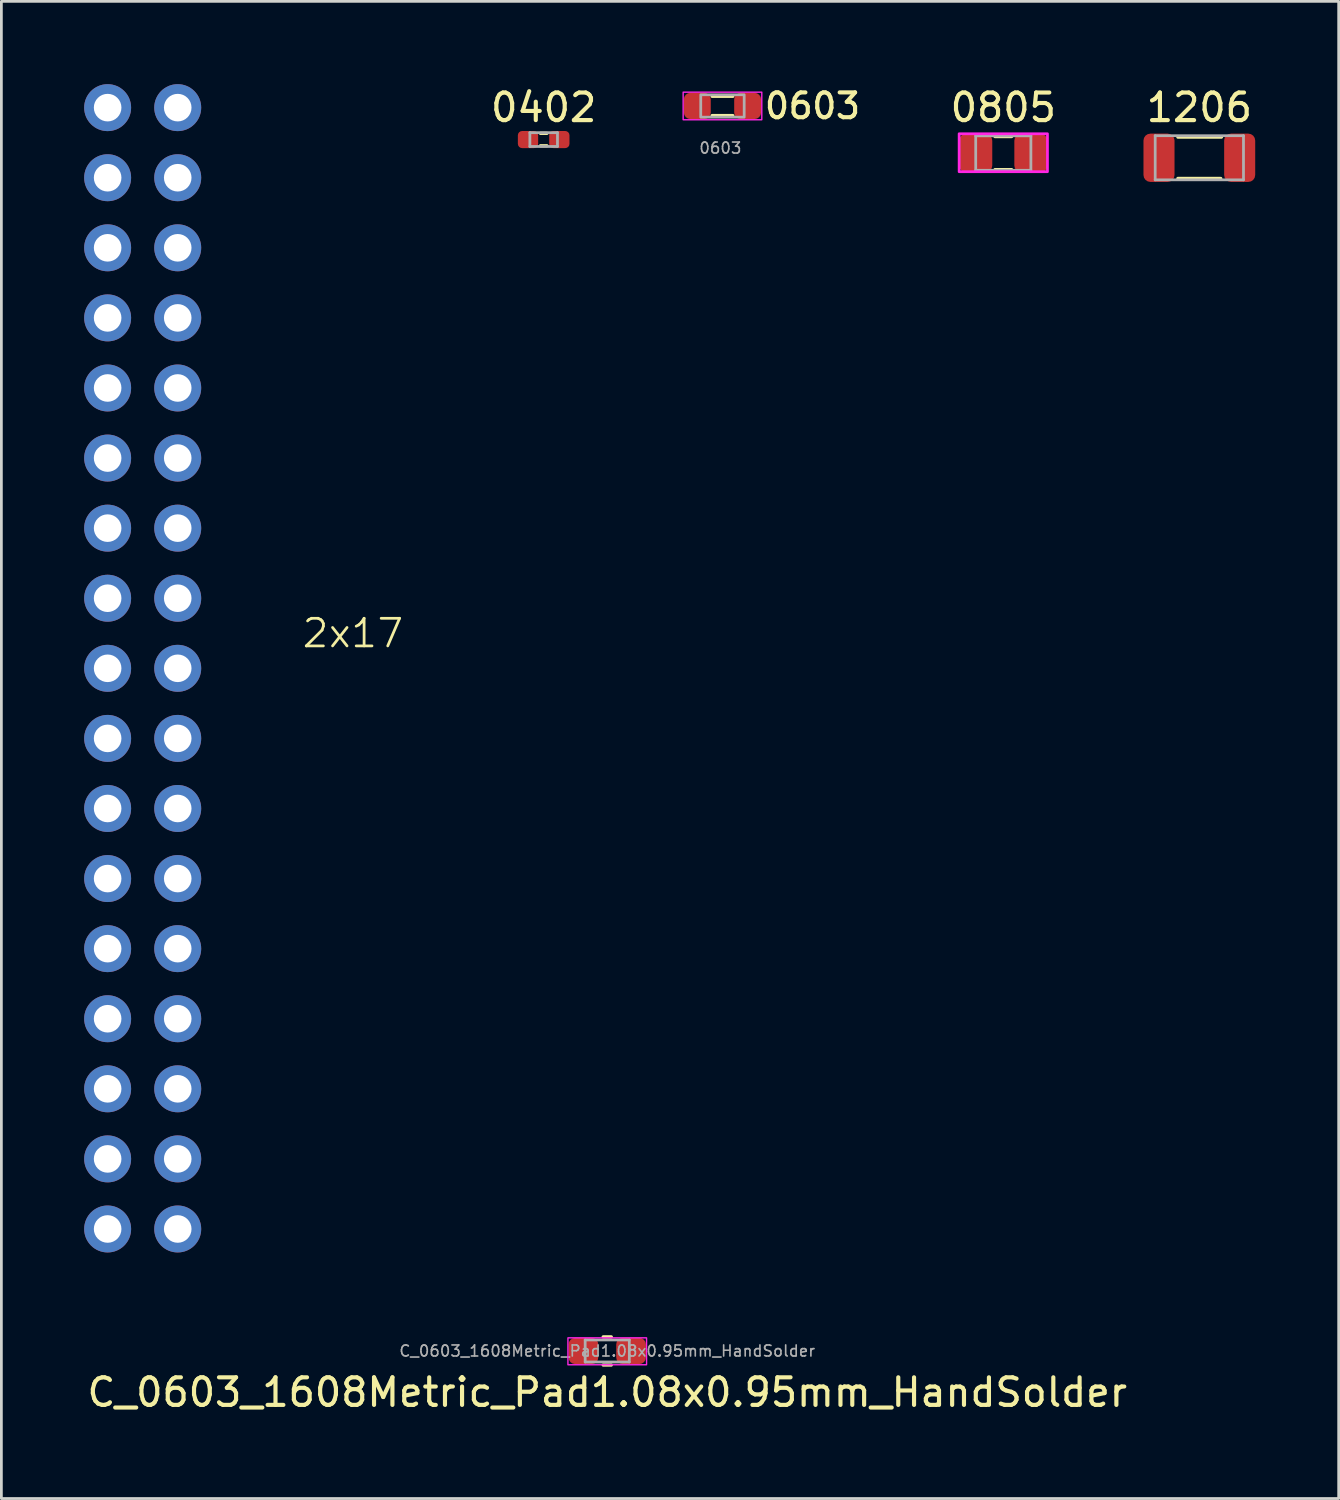
<source format=kicad_pcb>
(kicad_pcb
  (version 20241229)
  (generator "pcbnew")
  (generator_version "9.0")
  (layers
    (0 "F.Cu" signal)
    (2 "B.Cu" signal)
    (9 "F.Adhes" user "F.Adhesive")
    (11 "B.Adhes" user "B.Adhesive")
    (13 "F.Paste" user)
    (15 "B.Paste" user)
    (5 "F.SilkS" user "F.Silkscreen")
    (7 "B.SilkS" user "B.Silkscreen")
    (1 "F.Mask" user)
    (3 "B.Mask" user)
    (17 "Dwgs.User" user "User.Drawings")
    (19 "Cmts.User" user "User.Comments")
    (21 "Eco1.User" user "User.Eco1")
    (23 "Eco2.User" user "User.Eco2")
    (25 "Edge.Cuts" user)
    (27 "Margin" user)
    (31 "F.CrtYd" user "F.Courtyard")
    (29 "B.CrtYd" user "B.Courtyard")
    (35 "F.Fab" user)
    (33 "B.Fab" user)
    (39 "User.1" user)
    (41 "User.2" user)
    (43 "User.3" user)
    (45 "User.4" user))
  (footprint "0402"
    (layer "F.Cu")
    (at 16.654 2.008)
    (property "Reference" "0402" (at 0 -1.16 0) (layer "F.SilkS") (effects (font (size 1 1) (thickness 0.15))))
    (attr smd)
    (fp_line (start -0.116 -0.225) (end 0.116 -0.225) (stroke (width 0.12) (type solid)) (layer "F.SilkS"))
    (fp_line (start -0.116 0.225) (end 0.116 0.225) (stroke (width 0.12) (type solid)) (layer "F.SilkS"))
    (fp_rect (start -0.925 -0.3) (end 0.925 0.3) (stroke (width 0.1) (type default)) (fill no) (layer "Margin"))
    (fp_line (start -0.5 -0.25) (end 0.5 -0.25) (stroke (width 0.1) (type solid)) (layer "F.Fab"))
    (fp_line (start -0.5 0.25) (end -0.5 -0.25) (stroke (width 0.1) (type solid)) (layer "F.Fab"))
    (fp_line (start 0.5 -0.25) (end 0.5 0.25) (stroke (width 0.1) (type solid)) (layer "F.Fab"))
    (fp_line (start 0.5 0.25) (end -0.5 0.25) (stroke (width 0.1) (type solid)) (layer "F.Fab"))
    (pad "1" smd roundrect (at -0.568 0) (size 0.735 0.62) (layers "F.Cu" "F.Mask" "F.Paste") (roundrect_rratio 0.25))
    (pad "2" smd roundrect (at 0.568 0) (size 0.735 0.62) (layers "F.Cu" "F.Mask" "F.Paste") (roundrect_rratio 0.25)))
  (footprint "0805"
    (layer "F.Cu")
    (at 33.312 2.498)
    (property "Reference" "0805" (at 0 -1.65 0) (layer "F.SilkS") (effects (font (size 1 1) (thickness 0.15))))
    (attr smd)
    (fp_line (start -0.302 -0.6) (end 0.3 -0.6) (stroke (width 0.12) (type solid)) (layer "F.SilkS"))
    (fp_line (start -0.3 0.6) (end 0.3 0.6) (stroke (width 0.12) (type solid)) (layer "F.SilkS"))
    (fp_rect (start -1.6 -0.7) (end 1.6 0.675) (stroke (width 0.1) (type default)) (fill no) (layer "F.CrtYd"))
    (fp_line (start -1 -0.625) (end 1 -0.625) (stroke (width 0.1) (type solid)) (layer "F.Fab"))
    (fp_line (start -1 0.625) (end -1 -0.625) (stroke (width 0.1) (type solid)) (layer "F.Fab"))
    (fp_line (start 1 -0.625) (end 1 0.625) (stroke (width 0.1) (type solid)) (layer "F.Fab"))
    (fp_line (start 1 0.625) (end -1 0.625) (stroke (width 0.1) (type solid)) (layer "F.Fab"))
    (pad "1" smd roundrect (at -1 0) (size 1.2 1.4) (layers "F.Cu" "F.Mask" "F.Paste") (roundrect_rratio 0.208))
    (pad "2" smd roundrect (at 1 0) (size 1.2 1.4) (layers "F.Cu" "F.Mask" "F.Paste") (roundrect_rratio 0.208)))
  (footprint "C_0603_1608Metric_Pad1.08x0.95mm_HandSolder"
    (layer "F.Cu")
    (at 18.958 45.912)
    (property "Reference" "C_0603_1608Metric_Pad1.08x0.95mm_HandSolder" (at 0 1.5 0) (layer "F.SilkS") (effects (font (size 1 1) (thickness 0.15))))
    (attr smd)
    (fp_line (start -0.146 -0.51) (end 0.146 -0.51) (stroke (width 0.12) (type solid)) (layer "F.SilkS"))
    (fp_line (start -0.146 0.51) (end 0.146 0.51) (stroke (width 0.12) (type solid)) (layer "F.SilkS"))
    (fp_rect (start -1.425 -0.475) (end 1.425 0.5) (stroke (width 0.05) (type default)) (fill no) (layer "F.CrtYd"))
    (fp_line (start -0.8 -0.4) (end 0.8 -0.4) (stroke (width 0.1) (type solid)) (layer "F.Fab"))
    (fp_line (start -0.8 0.4) (end -0.8 -0.4) (stroke (width 0.1) (type solid)) (layer "F.Fab"))
    (fp_line (start 0.8 -0.4) (end 0.8 0.4) (stroke (width 0.1) (type solid)) (layer "F.Fab"))
    (fp_line (start 0.8 0.4) (end -0.8 0.4) (stroke (width 0.1) (type solid)) (layer "F.Fab"))
    (fp_text user "${REFERENCE}" (at 0 0 0) (layer "F.Fab") (effects (font (size 0.4 0.4) (thickness 0.06))))
    (pad "1" smd roundrect (at -0.863 0) (size 1.075 0.95) (layers "F.Cu" "F.Mask" "F.Paste") (roundrect_rratio 0.25))
    (pad "2" smd roundrect (at 0.863 0) (size 1.075 0.95) (layers "F.Cu" "F.Mask" "F.Paste") (roundrect_rratio 0.25)))
  (footprint "0603"
    (layer "F.Cu")
    (at 23.134 0.79)
    (property "Reference" "0603" (at 1.45 0 180) (layer "F.SilkS") (effects (font (size 0.9 0.9) (thickness 0.15)) (justify left)))
    (attr smd)
    (fp_line (start -0.375 -0.35) (end 0.375 -0.35) (stroke (width 0.12) (type solid)) (layer "F.SilkS"))
    (fp_line (start -0.375 0.35) (end 0.375 0.35) (stroke (width 0.12) (type solid)) (layer "F.SilkS"))
    (fp_rect (start -1.425 -0.5) (end 1.425 0.5) (stroke (width 0.05) (type default)) (fill no) (layer "F.CrtYd"))
    (fp_rect (start -0.787 -0.406) (end 0.787 0.406) (stroke (width 0.1) (type default)) (fill no) (layer "F.Fab"))
    (fp_text user "${REFERENCE}" (at -0.075 1.525 180) (layer "F.Fab") (effects (font (size 0.4 0.4) (thickness 0.06))))
    (pad "1" smd roundrect (at -0.912 0) (size 0.975 0.95) (layers "F.Cu" "F.Mask" "F.Paste") (roundrect_rratio 0.25))
    (pad "2" smd roundrect (at 0.912 0) (size 0.975 0.95) (layers "F.Cu" "F.Mask" "F.Paste") (roundrect_rratio 0.25)))
  (footprint "2x17"
    (layer "F.Cu")
    (at 2.121 21.171)
    (property "Reference" "2x17" (at 7.62 -1.27 0) (unlocked yes) (layer "F.SilkS") (effects (font (size 1 1) (thickness 0.1))))
    (pad "a1" thru_hole circle (at -1.27 -20.32) (size 1.702 1.702) (drill 1) (layers "*.Cu" "*.Mask"))
    (pad "a2" thru_hole circle (at -1.27 -17.78) (size 1.702 1.702) (drill 1) (layers "*.Cu" "*.Mask"))
    (pad "a3" thru_hole circle (at -1.27 -15.24) (size 1.702 1.702) (drill 1) (layers "*.Cu" "*.Mask"))
    (pad "a4" thru_hole circle (at -1.27 -12.7) (size 1.702 1.702) (drill 1) (layers "*.Cu" "*.Mask"))
    (pad "a5" thru_hole circle (at -1.27 -10.16) (size 1.702 1.702) (drill 1) (layers "*.Cu" "*.Mask"))
    (pad "a6" thru_hole circle (at -1.27 -7.62) (size 1.702 1.702) (drill 1) (layers "*.Cu" "*.Mask"))
    (pad "a7" thru_hole circle (at -1.27 -5.08) (size 1.702 1.702) (drill 1) (layers "*.Cu" "*.Mask"))
    (pad "a8" thru_hole circle (at -1.27 -2.54) (size 1.702 1.702) (drill 1) (layers "*.Cu" "*.Mask"))
    (pad "a9" thru_hole circle (at -1.27 0) (size 1.702 1.702) (drill 1) (layers "*.Cu" "*.Mask"))
    (pad "a10" thru_hole circle (at -1.27 2.54) (size 1.702 1.702) (drill 1) (layers "*.Cu" "*.Mask"))
    (pad "a11" thru_hole circle (at -1.27 5.08) (size 1.702 1.702) (drill 1) (layers "*.Cu" "*.Mask"))
    (pad "a12" thru_hole circle (at -1.27 7.62) (size 1.702 1.702) (drill 1) (layers "*.Cu" "*.Mask"))
    (pad "a13" thru_hole circle (at -1.27 10.16) (size 1.702 1.702) (drill 1) (layers "*.Cu" "*.Mask"))
    (pad "a14" thru_hole circle (at -1.27 12.7) (size 1.702 1.702) (drill 1) (layers "*.Cu" "*.Mask"))
    (pad "a15" thru_hole circle (at -1.27 15.24) (size 1.702 1.702) (drill 1) (layers "*.Cu" "*.Mask"))
    (pad "a16" thru_hole circle (at -1.27 17.78) (size 1.702 1.702) (drill 1) (layers "*.Cu" "*.Mask"))
    (pad "a17" thru_hole circle (at -1.27 20.32) (size 1.702 1.702) (drill 1) (layers "*.Cu" "*.Mask"))
    (pad "b1" thru_hole circle (at 1.27 -20.32) (size 1.702 1.702) (drill 1) (layers "*.Cu" "*.Mask"))
    (pad "b2" thru_hole circle (at 1.27 -17.78) (size 1.702 1.702) (drill 1) (layers "*.Cu" "*.Mask"))
    (pad "b3" thru_hole circle (at 1.27 -15.24) (size 1.702 1.702) (drill 1) (layers "*.Cu" "*.Mask"))
    (pad "b4" thru_hole circle (at 1.27 -12.7) (size 1.702 1.702) (drill 1) (layers "*.Cu" "*.Mask"))
    (pad "b5" thru_hole circle (at 1.27 -10.16) (size 1.702 1.702) (drill 1) (layers "*.Cu" "*.Mask"))
    (pad "b6" thru_hole circle (at 1.27 -7.62) (size 1.702 1.702) (drill 1) (layers "*.Cu" "*.Mask"))
    (pad "b7" thru_hole circle (at 1.27 -5.08) (size 1.702 1.702) (drill 1) (layers "*.Cu" "*.Mask"))
    (pad "b8" thru_hole circle (at 1.27 -2.54) (size 1.702 1.702) (drill 1) (layers "*.Cu" "*.Mask"))
    (pad "b9" thru_hole circle (at 1.27 0) (size 1.702 1.702) (drill 1) (layers "*.Cu" "*.Mask"))
    (pad "b10" thru_hole circle (at 1.27 2.54) (size 1.702 1.702) (drill 1) (layers "*.Cu" "*.Mask"))
    (pad "b11" thru_hole circle (at 1.27 5.08) (size 1.702 1.702) (drill 1) (layers "*.Cu" "*.Mask"))
    (pad "b12" thru_hole circle (at 1.27 7.62) (size 1.702 1.702) (drill 1) (layers "*.Cu" "*.Mask"))
    (pad "b13" thru_hole circle (at 1.27 10.16) (size 1.702 1.702) (drill 1) (layers "*.Cu" "*.Mask"))
    (pad "b14" thru_hole circle (at 1.27 12.7) (size 1.702 1.702) (drill 1) (layers "*.Cu" "*.Mask"))
    (pad "b15" thru_hole circle (at 1.27 15.24) (size 1.702 1.702) (drill 1) (layers "*.Cu" "*.Mask"))
    (pad "b16" thru_hole circle (at 1.27 17.78) (size 1.702 1.702) (drill 1) (layers "*.Cu" "*.Mask"))
    (pad "b17" thru_hole circle (at 1.27 20.32) (size 1.702 1.702) (drill 1) (layers "*.Cu" "*.Mask")))
  (footprint "1206"
    (layer "F.Cu")
    (at 40.417 2.668)
    (property "Reference" "1206" (at 0 -1.82 0) (layer "F.SilkS") (effects (font (size 1 1) (thickness 0.15))))
    (attr smd)
    (fp_line (start -0.777 -0.75) (end 0.8 -0.75) (stroke (width 0.12) (type solid)) (layer "F.SilkS"))
    (fp_line (start -0.777 0.75) (end 0.775 0.75) (stroke (width 0.12) (type solid)) (layer "F.SilkS"))
    (fp_rect (start -2.025 -0.875) (end 2 0.85) (stroke (width 0.1) (type default)) (fill no) (layer "Margin"))
    (fp_line (start -1.6 -0.8) (end 1.6 -0.8) (stroke (width 0.1) (type solid)) (layer "F.Fab"))
    (fp_line (start -1.6 0.8) (end -1.6 -0.8) (stroke (width 0.1) (type solid)) (layer "F.Fab"))
    (fp_line (start 1.6 -0.8) (end 1.6 0.8) (stroke (width 0.1) (type solid)) (layer "F.Fab"))
    (fp_line (start 1.6 0.8) (end -1.6 0.8) (stroke (width 0.1) (type solid)) (layer "F.Fab"))
    (pad "1" smd roundrect (at -1.462 0) (size 1.125 1.75) (layers "F.Cu" "F.Mask" "F.Paste") (roundrect_rratio 0.222))
    (pad "2" smd roundrect (at 1.462 0) (size 1.125 1.75) (layers "F.Cu" "F.Mask" "F.Paste") (roundrect_rratio 0.222)))
  (gr_rect
    (start -3 -3)
    (end 45.467 51.26)
    (stroke (width 0.1) (type default))
    (fill no)
    (layer "Edge.Cuts")))
</source>
